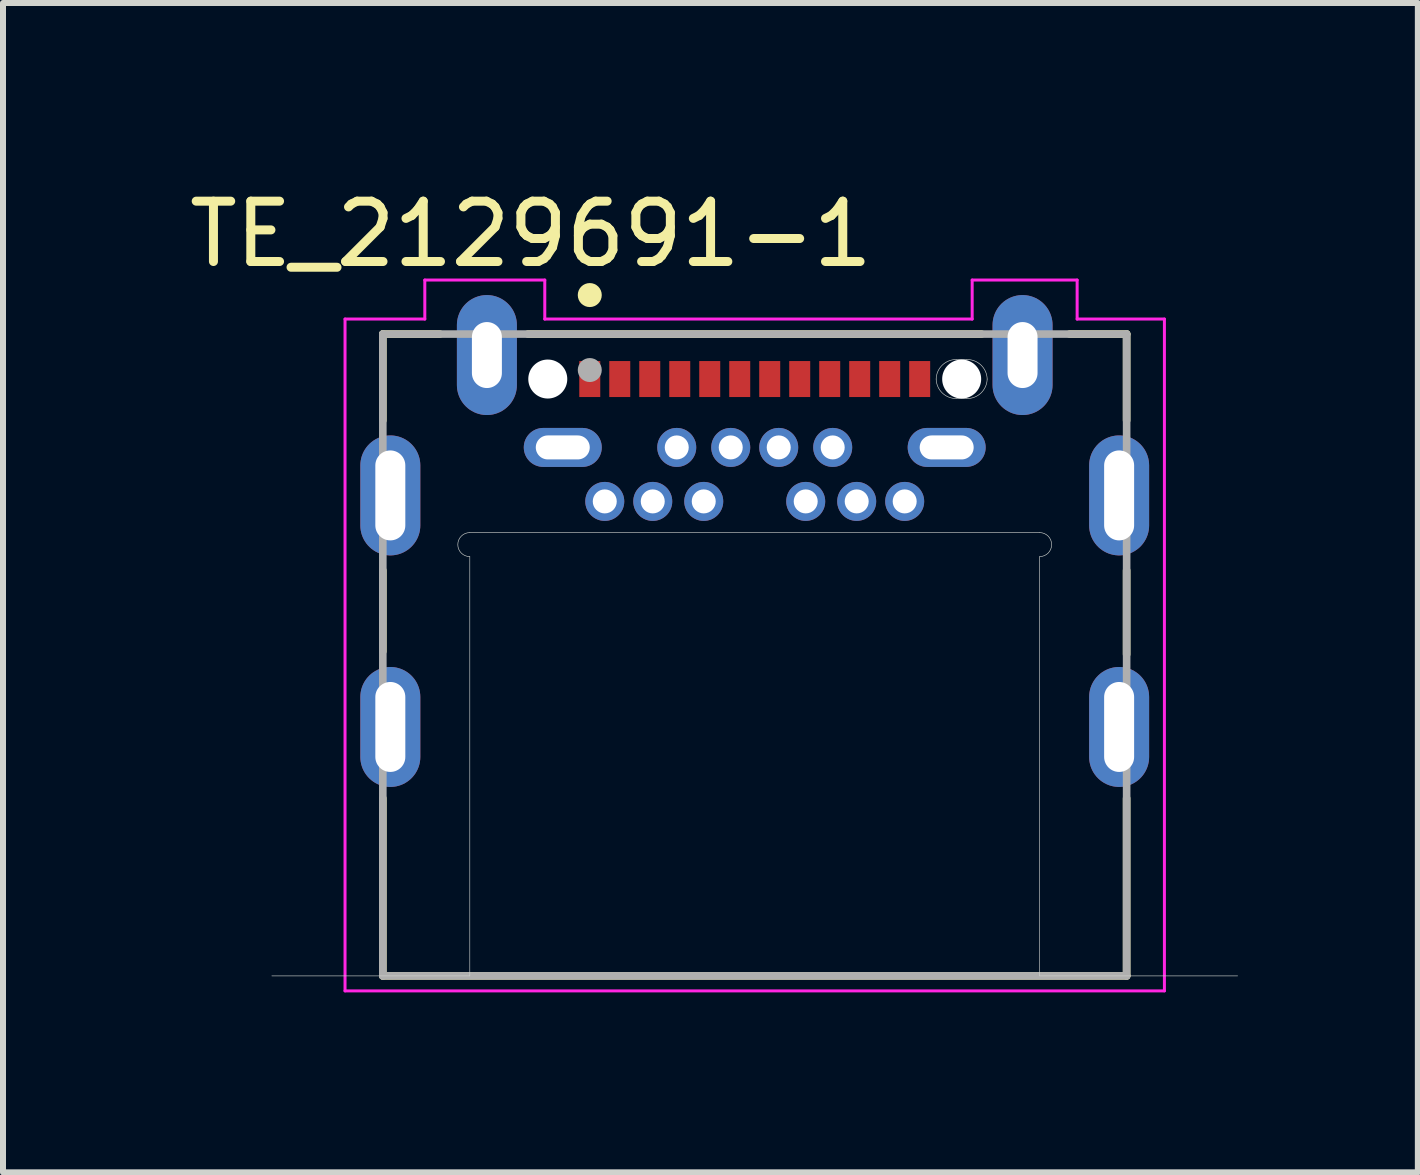
<source format=kicad_pcb>
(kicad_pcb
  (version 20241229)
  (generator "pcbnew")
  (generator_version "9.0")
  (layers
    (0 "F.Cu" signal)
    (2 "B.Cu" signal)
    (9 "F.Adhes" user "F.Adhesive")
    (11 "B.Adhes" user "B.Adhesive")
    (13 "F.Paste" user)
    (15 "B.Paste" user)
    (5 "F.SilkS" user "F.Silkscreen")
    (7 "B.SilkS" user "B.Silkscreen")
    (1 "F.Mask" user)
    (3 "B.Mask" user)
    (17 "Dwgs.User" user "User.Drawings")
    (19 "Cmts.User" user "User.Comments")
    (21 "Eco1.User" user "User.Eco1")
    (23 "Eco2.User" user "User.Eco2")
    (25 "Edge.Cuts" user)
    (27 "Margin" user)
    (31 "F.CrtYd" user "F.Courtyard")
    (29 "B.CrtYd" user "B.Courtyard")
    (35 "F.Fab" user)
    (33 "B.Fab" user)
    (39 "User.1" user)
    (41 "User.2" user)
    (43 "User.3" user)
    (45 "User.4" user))
  (footprint "TE_2129691-1"
    (layer "F.Cu")
    (at 9.532 7.869)
    (property "Reference" "TE_2129691-1" (at -3.73 -7.017 0) (layer "F.SilkS") (effects (font (size 1.006 1.006) (thickness 0.15))))
    (attr through_hole)
    (fp_line (start -6.2 -5.35) (end -5.25 -5.35) (stroke (width 0.127) (type solid)) (layer "F.SilkS"))
    (fp_line (start -6.2 -3.91) (end -6.2 -5.35) (stroke (width 0.127) (type solid)) (layer "F.SilkS"))
    (fp_line (start -6.2 -0.06) (end -6.2 -1.41) (stroke (width 0.127) (type solid)) (layer "F.SilkS"))
    (fp_line (start -6.2 2.39) (end -6.2 5.35) (stroke (width 0.127) (type solid)) (layer "F.SilkS"))
    (fp_line (start -6.2 5.35) (end 6.2 5.35) (stroke (width 0.127) (type solid)) (layer "F.SilkS"))
    (fp_line (start -3.78 -5.35) (end 3.78 -5.35) (stroke (width 0.127) (type solid)) (layer "F.SilkS"))
    (fp_line (start 6.2 -5.35) (end 5.25 -5.35) (stroke (width 0.127) (type solid)) (layer "F.SilkS"))
    (fp_line (start 6.2 -3.91) (end 6.2 -5.35) (stroke (width 0.127) (type solid)) (layer "F.SilkS"))
    (fp_line (start 6.2 -0.01) (end 6.2 -1.41) (stroke (width 0.127) (type solid)) (layer "F.SilkS"))
    (fp_line (start 6.2 5.35) (end 6.2 2.39) (stroke (width 0.127) (type solid)) (layer "F.SilkS"))
    (fp_circle (center -2.75 -6) (end -2.65 -6) (stroke (width 0.2) (type solid)) (fill no) (layer "F.SilkS"))
    (fp_line (start -8.05 5.35) (end -4.75 5.35) (stroke (width 0.01) (type solid)) (layer "Edge.Cuts"))
    (fp_line (start -4.75 -2.04) (end 4.75 -2.04) (stroke (width 0.01) (type solid)) (layer "Edge.Cuts"))
    (fp_line (start -4.75 -1.64) (end -4.75 5.35) (stroke (width 0.01) (type solid)) (layer "Edge.Cuts"))
    (fp_line (start 3.365 -4.925) (end 3.535 -4.925) (stroke (width 0.01) (type solid)) (layer "Edge.Cuts"))
    (fp_line (start 3.535 -4.275) (end 3.365 -4.275) (stroke (width 0.01) (type solid)) (layer "Edge.Cuts"))
    (fp_line (start 4.75 -1.64) (end 4.75 5.35) (stroke (width 0.01) (type solid)) (layer "Edge.Cuts"))
    (fp_line (start 4.75 5.35) (end 8.05 5.35) (stroke (width 0.01) (type solid)) (layer "Edge.Cuts"))
    (fp_arc (start -4.75 -1.64) (mid -4.95 -1.84) (end -4.75 -2.04) (stroke (width 0.01) (type solid)) (layer "Edge.Cuts"))
    (fp_arc (start 3.025 -4.6) (mid 3.12769 -4.832916) (end 3.365 -4.925) (stroke (width 0.01) (type solid)) (layer "Edge.Cuts"))
    (fp_arc (start 3.365 -4.275) (mid 3.12769 -4.367084) (end 3.025 -4.6) (stroke (width 0.01) (type solid)) (layer "Edge.Cuts"))
    (fp_arc (start 3.535 -4.925) (mid 3.77231 -4.832916) (end 3.875 -4.6) (stroke (width 0.01) (type solid)) (layer "Edge.Cuts"))
    (fp_arc (start 3.875 -4.6) (mid 3.77231 -4.367084) (end 3.535 -4.275) (stroke (width 0.01) (type solid)) (layer "Edge.Cuts"))
    (fp_arc (start 4.75 -2.04) (mid 4.95 -1.84) (end 4.75 -1.64) (stroke (width 0.01) (type solid)) (layer "Edge.Cuts"))
    (fp_line (start -6.83 -5.6) (end -6.83 5.6) (stroke (width 0.05) (type solid)) (layer "F.CrtYd"))
    (fp_line (start -6.83 5.6) (end 6.83 5.6) (stroke (width 0.05) (type solid)) (layer "F.CrtYd"))
    (fp_line (start -5.5 -6.25) (end -5.5 -5.6) (stroke (width 0.05) (type solid)) (layer "F.CrtYd"))
    (fp_line (start -5.5 -5.6) (end -6.83 -5.6) (stroke (width 0.05) (type solid)) (layer "F.CrtYd"))
    (fp_line (start -3.5 -6.25) (end -5.5 -6.25) (stroke (width 0.05) (type solid)) (layer "F.CrtYd"))
    (fp_line (start -3.5 -5.6) (end -3.5 -6.25) (stroke (width 0.05) (type solid)) (layer "F.CrtYd"))
    (fp_line (start 3.625 -6.25) (end 3.625 -5.6) (stroke (width 0.05) (type solid)) (layer "F.CrtYd"))
    (fp_line (start 3.625 -5.6) (end -3.5 -5.6) (stroke (width 0.05) (type solid)) (layer "F.CrtYd"))
    (fp_line (start 5.375 -6.25) (end 3.625 -6.25) (stroke (width 0.05) (type solid)) (layer "F.CrtYd"))
    (fp_line (start 5.375 -5.6) (end 5.375 -6.25) (stroke (width 0.05) (type solid)) (layer "F.CrtYd"))
    (fp_line (start 6.83 -5.6) (end 5.375 -5.6) (stroke (width 0.05) (type solid)) (layer "F.CrtYd"))
    (fp_line (start 6.83 5.6) (end 6.83 -5.6) (stroke (width 0.05) (type solid)) (layer "F.CrtYd"))
    (fp_line (start -6.2 -5.35) (end 6.2 -5.35) (stroke (width 0.127) (type solid)) (layer "F.Fab"))
    (fp_line (start -6.2 5.35) (end -6.2 -5.35) (stroke (width 0.127) (type solid)) (layer "F.Fab"))
    (fp_line (start -6.2 5.35) (end 6.2 5.35) (stroke (width 0.127) (type solid)) (layer "F.Fab"))
    (fp_line (start 6.2 -5.35) (end 6.2 5.35) (stroke (width 0.127) (type solid)) (layer "F.Fab"))
    (fp_circle (center -2.75 -4.75) (end -2.65 -4.75) (stroke (width 0.2) (type solid)) (fill no) (layer "F.Fab"))
    (pad "" np_thru_hole circle (at -3.45 -4.6) (size 0.65 0.65) (drill 0.65) (layers "*.Cu" "*.Mask"))
    (pad "" np_thru_hole circle (at 3.45 -4.6) (size 0.65 0.65) (drill 0.65) (layers "*.Cu" "*.Mask"))
    (pad "A1" smd rect (at -2.75 -4.6) (size 0.35 0.6) (layers "F.Cu" "F.Mask" "F.Paste"))
    (pad "A2" smd rect (at -2.25 -4.6) (size 0.35 0.6) (layers "F.Cu" "F.Mask" "F.Paste"))
    (pad "A3" smd rect (at -1.75 -4.6) (size 0.35 0.6) (layers "F.Cu" "F.Mask" "F.Paste"))
    (pad "A4" smd rect (at -1.25 -4.6) (size 0.35 0.6) (layers "F.Cu" "F.Mask" "F.Paste"))
    (pad "A5" smd rect (at -0.75 -4.6) (size 0.35 0.6) (layers "F.Cu" "F.Mask" "F.Paste"))
    (pad "A6" smd rect (at -0.25 -4.6) (size 0.35 0.6) (layers "F.Cu" "F.Mask" "F.Paste"))
    (pad "A7" smd rect (at 0.25 -4.6) (size 0.35 0.6) (layers "F.Cu" "F.Mask" "F.Paste"))
    (pad "A8" smd rect (at 0.75 -4.6) (size 0.35 0.6) (layers "F.Cu" "F.Mask" "F.Paste"))
    (pad "A9" smd rect (at 1.25 -4.6) (size 0.35 0.6) (layers "F.Cu" "F.Mask" "F.Paste"))
    (pad "A10" smd rect (at 1.75 -4.6) (size 0.35 0.6) (layers "F.Cu" "F.Mask" "F.Paste"))
    (pad "A11" smd rect (at 2.25 -4.6) (size 0.35 0.6) (layers "F.Cu" "F.Mask" "F.Paste"))
    (pad "A12" smd rect (at 2.75 -4.6) (size 0.35 0.6) (layers "F.Cu" "F.Mask" "F.Paste"))
    (pad "B1" thru_hole oval (at 3.2 -3.46) (size 1.3 0.65) (drill oval 0.9 0.4) (layers "*.Cu" "*.Mask"))
    (pad "B2" thru_hole circle (at 2.5 -2.56) (size 0.65 0.65) (drill 0.4) (layers "*.Cu" "*.Mask"))
    (pad "B3" thru_hole circle (at 1.7 -2.56) (size 0.65 0.65) (drill 0.4) (layers "*.Cu" "*.Mask"))
    (pad "B4" thru_hole circle (at 1.3 -3.46) (size 0.65 0.65) (drill 0.4) (layers "*.Cu" "*.Mask"))
    (pad "B5" thru_hole circle (at 0.85 -2.56) (size 0.65 0.65) (drill 0.4) (layers "*.Cu" "*.Mask"))
    (pad "B6" thru_hole circle (at 0.4 -3.46) (size 0.65 0.65) (drill 0.4) (layers "*.Cu" "*.Mask"))
    (pad "B7" thru_hole circle (at -0.4 -3.46) (size 0.65 0.65) (drill 0.4) (layers "*.Cu" "*.Mask"))
    (pad "B8" thru_hole circle (at -0.85 -2.56) (size 0.65 0.65) (drill 0.4) (layers "*.Cu" "*.Mask"))
    (pad "B9" thru_hole circle (at -1.3 -3.46) (size 0.65 0.65) (drill 0.4) (layers "*.Cu" "*.Mask"))
    (pad "B10" thru_hole circle (at -1.7 -2.56) (size 0.65 0.65) (drill 0.4) (layers "*.Cu" "*.Mask"))
    (pad "B11" thru_hole circle (at -2.5 -2.56) (size 0.65 0.65) (drill 0.4) (layers "*.Cu" "*.Mask"))
    (pad "B12" thru_hole oval (at -3.2 -3.46) (size 1.3 0.65) (drill oval 0.9 0.4) (layers "*.Cu" "*.Mask"))
    (pad "S1" thru_hole oval (at -6.075 1.2) (size 1 2) (drill oval 0.5 1.5) (layers "*.Cu" "*.Mask"))
    (pad "S2" thru_hole oval (at 6.075 1.2) (size 1 2) (drill oval 0.5 1.5) (layers "*.Cu" "*.Mask"))
    (pad "S3" thru_hole oval (at -6.075 -2.66) (size 1 2) (drill oval 0.5 1.5) (layers "*.Cu" "*.Mask"))
    (pad "S4" thru_hole oval (at 6.075 -2.66) (size 1 2) (drill oval 0.5 1.5) (layers "*.Cu" "*.Mask"))
    (pad "S5" thru_hole oval (at -4.465 -5) (size 1 2) (drill oval 0.5 1.1) (layers "*.Cu" "*.Mask"))
    (pad "S6" thru_hole oval (at 4.465 -5) (size 1 2) (drill oval 0.5 1.1) (layers "*.Cu" "*.Mask")))
  (gr_rect
    (start -3 -3)
    (end 20.587 16.494)
    (stroke (width 0.1) (type default))
    (fill no)
    (layer "Edge.Cuts")))
</source>
